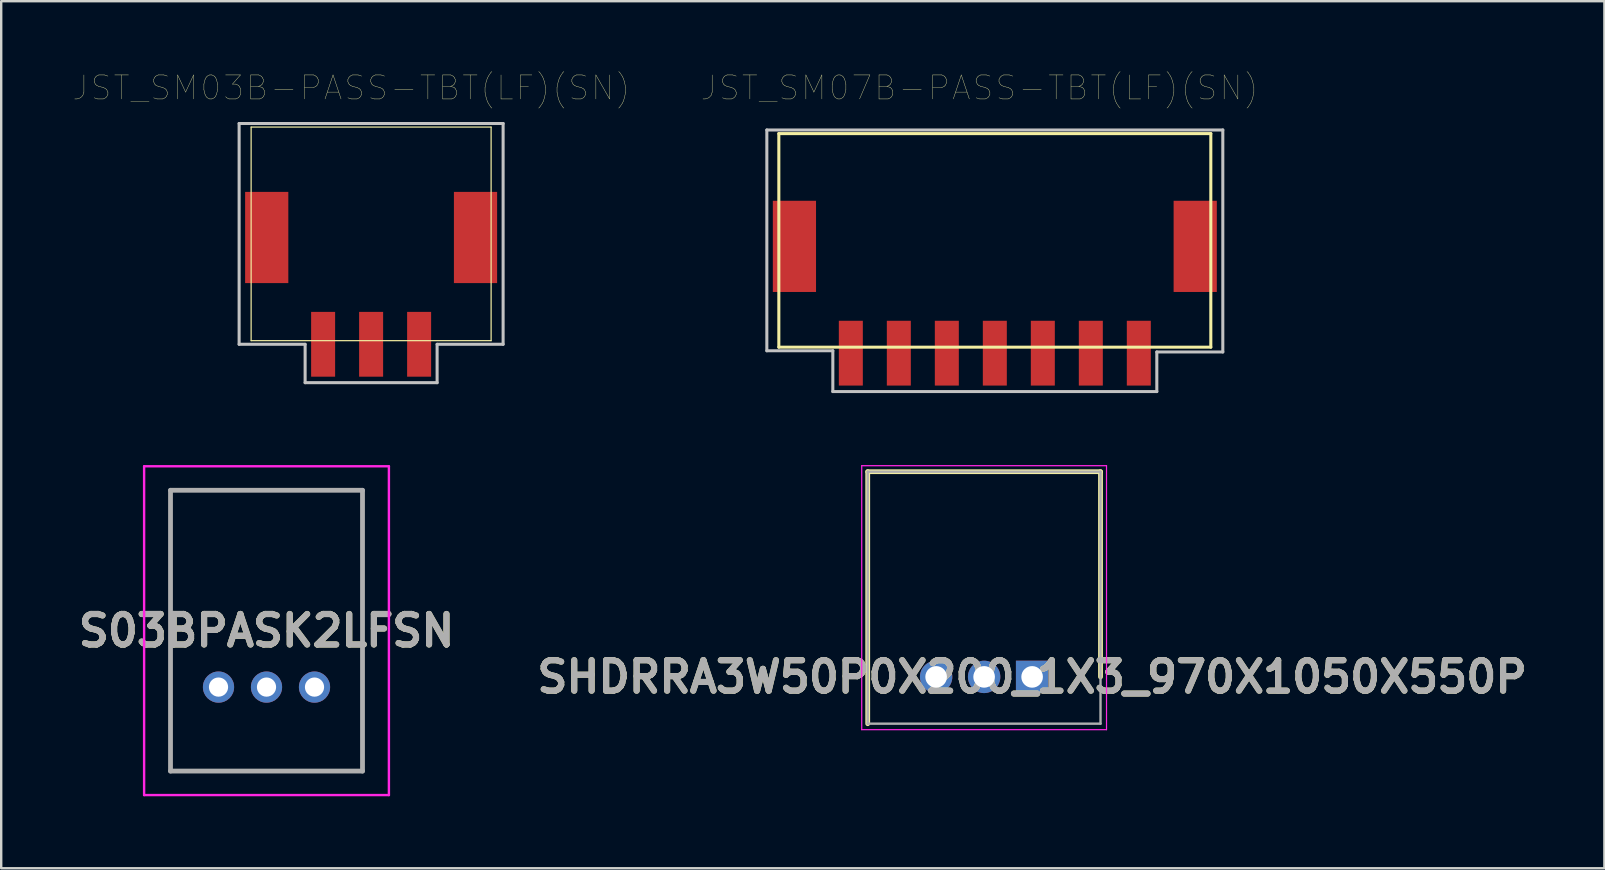
<source format=kicad_pcb>
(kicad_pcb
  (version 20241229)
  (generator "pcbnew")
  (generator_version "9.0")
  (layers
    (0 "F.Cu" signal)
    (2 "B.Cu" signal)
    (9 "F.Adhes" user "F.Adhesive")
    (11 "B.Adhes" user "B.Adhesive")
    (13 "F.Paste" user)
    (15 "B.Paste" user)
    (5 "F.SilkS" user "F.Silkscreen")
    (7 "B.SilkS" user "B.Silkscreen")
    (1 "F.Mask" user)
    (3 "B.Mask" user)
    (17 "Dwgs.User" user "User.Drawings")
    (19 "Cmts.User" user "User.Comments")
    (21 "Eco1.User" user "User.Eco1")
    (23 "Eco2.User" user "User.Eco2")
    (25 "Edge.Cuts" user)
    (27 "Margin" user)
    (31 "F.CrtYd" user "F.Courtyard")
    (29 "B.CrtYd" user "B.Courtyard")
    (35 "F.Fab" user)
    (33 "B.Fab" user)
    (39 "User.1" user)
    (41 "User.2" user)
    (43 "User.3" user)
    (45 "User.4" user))
  (footprint "JST_SM03B-PASS-TBT(LF)(SN)"
    (layer "F.Cu")
    (at 12.414 2.246)
    (property "Reference" "JST_SM03B-PASS-TBT(LF)(SN)" (at -0.825 -1.635 0) (layer "F.SilkS") (effects (font (size 1 1) (thickness 0.015))))
    (attr through_hole)
    (fp_line (start -5 0) (end -5 8.9) (stroke (width 0.05) (type solid)) (layer "F.SilkS"))
    (fp_line (start -5 0) (end 5 0) (stroke (width 0.05) (type solid)) (layer "F.SilkS"))
    (fp_line (start 5 0) (end 5 8.9) (stroke (width 0.05) (type solid)) (layer "F.SilkS"))
    (fp_line (start 5 8.9) (end -5 8.9) (stroke (width 0.05) (type solid)) (layer "F.SilkS"))
    (fp_line (start -5.5 -0.15) (end -5.5 9.05) (stroke (width 0.127) (type solid)) (layer "Dwgs.User"))
    (fp_line (start -5.5 9.05) (end -2.75 9.05) (stroke (width 0.127) (type solid)) (layer "Dwgs.User"))
    (fp_line (start -2.75 9.05) (end -2.75 10.65) (stroke (width 0.127) (type solid)) (layer "Dwgs.User"))
    (fp_line (start -2.75 10.65) (end 2.75 10.65) (stroke (width 0.127) (type solid)) (layer "Dwgs.User"))
    (fp_line (start 2.75 9.05) (end 5.5 9.05) (stroke (width 0.127) (type solid)) (layer "Dwgs.User"))
    (fp_line (start 2.75 10.65) (end 2.75 9.05) (stroke (width 0.127) (type solid)) (layer "Dwgs.User"))
    (fp_line (start 5.5 -0.15) (end -5.5 -0.15) (stroke (width 0.127) (type solid)) (layer "Dwgs.User"))
    (fp_line (start 5.5 9.05) (end 5.5 -0.15) (stroke (width 0.127) (type solid)) (layer "Dwgs.User"))
    (pad "1" smd rect (at 2 9.05) (size 1 2.7) (layers "F.Cu" "F.Mask" "F.Paste"))
    (pad "2" smd rect (at 0 9.05) (size 1 2.7) (layers "F.Cu" "F.Mask" "F.Paste"))
    (pad "3" smd rect (at -2 9.05) (size 1 2.7) (layers "F.Cu" "F.Mask" "F.Paste"))
    (pad "S1" smd rect (at 4.35 4.6) (size 1.8 3.8) (layers "F.Cu" "F.Mask" "F.Paste"))
    (pad "S2" smd rect (at -4.35 4.6) (size 1.8 3.8) (layers "F.Cu" "F.Mask" "F.Paste")))
  (footprint "SHDRRA3W50P0X200_1X3_970X1050X550P"
    (layer "F.Cu")
    (at 39.957 25.155)
    (property "Reference" "SHDRRA3W50P0X200_1X3_970X1050X550P" (at 0 0 0) (layer "F.SilkS") (effects (font (size 1.27 1.27) (thickness 0.254))))
    (attr through_hole)
    (fp_line (start -6.85 -8.55) (end -6.85 1.95) (stroke (width 0.2) (type solid)) (layer "F.SilkS"))
    (fp_line (start 2.85 -8.55) (end -6.85 -8.55) (stroke (width 0.2) (type solid)) (layer "F.SilkS"))
    (fp_line (start 2.85 0) (end 2.85 -8.55) (stroke (width 0.2) (type solid)) (layer "F.SilkS"))
    (fp_line (start -7.1 -8.8) (end 3.1 -8.8) (stroke (width 0.05) (type solid)) (layer "F.CrtYd"))
    (fp_line (start -7.1 2.2) (end -7.1 -8.8) (stroke (width 0.05) (type solid)) (layer "F.CrtYd"))
    (fp_line (start 3.1 -8.8) (end 3.1 2.2) (stroke (width 0.05) (type solid)) (layer "F.CrtYd"))
    (fp_line (start 3.1 2.2) (end -7.1 2.2) (stroke (width 0.05) (type solid)) (layer "F.CrtYd"))
    (fp_line (start -6.85 -8.55) (end 2.85 -8.55) (stroke (width 0.1) (type solid)) (layer "F.Fab"))
    (fp_line (start -6.85 1.95) (end -6.85 -8.55) (stroke (width 0.1) (type solid)) (layer "F.Fab"))
    (fp_line (start 2.85 -8.55) (end 2.85 1.95) (stroke (width 0.1) (type solid)) (layer "F.Fab"))
    (fp_line (start 2.85 1.95) (end -6.85 1.95) (stroke (width 0.1) (type solid)) (layer "F.Fab"))
    (fp_text user "${REFERENCE}" (at 0 0 0) (layer "F.Fab") (effects (font (size 1.27 1.27) (thickness 0.254))))
    (pad "1" thru_hole rect (at 0 0) (size 1.35 1.35) (drill 0.9) (layers "*.Cu" "*.Mask"))
    (pad "2" thru_hole circle (at -2 0) (size 1.35 1.35) (drill 0.9) (layers "*.Cu" "*.Mask"))
    (pad "3" thru_hole circle (at -4 0) (size 1.35 1.35) (drill 0.9) (layers "*.Cu" "*.Mask")))
  (footprint "JST_SM07B-PASS-TBT(LF)(SN)"
    (layer "F.Cu")
    (at 38.403 2.516)
    (property "Reference" "JST_SM07B-PASS-TBT(LF)(SN)" (at -0.635 -1.905 0) (layer "F.SilkS") (effects (font (size 1 1) (thickness 0.015))))
    (attr through_hole)
    (fp_line (start -9 0) (end -9 8.9) (stroke (width 0.127) (type solid)) (layer "F.SilkS"))
    (fp_line (start -9 8.9) (end 9 8.9) (stroke (width 0.127) (type solid)) (layer "F.SilkS"))
    (fp_line (start 9 0) (end -9 0) (stroke (width 0.127) (type solid)) (layer "F.SilkS"))
    (fp_line (start 9 8.9) (end 9 0) (stroke (width 0.127) (type solid)) (layer "F.SilkS"))
    (fp_line (start -9.5 -0.15) (end -9.5 9.05) (stroke (width 0.127) (type solid)) (layer "Dwgs.User"))
    (fp_line (start -9.5 9.05) (end -6.75 9.05) (stroke (width 0.127) (type solid)) (layer "Dwgs.User"))
    (fp_line (start -6.75 9.05) (end -6.75 10.75) (stroke (width 0.127) (type solid)) (layer "Dwgs.User"))
    (fp_line (start -6.75 10.75) (end 6.75 10.75) (stroke (width 0.127) (type solid)) (layer "Dwgs.User"))
    (fp_line (start 6.75 9.1) (end 9.5 9.1) (stroke (width 0.127) (type solid)) (layer "Dwgs.User"))
    (fp_line (start 6.75 10.75) (end 6.75 9.1) (stroke (width 0.127) (type solid)) (layer "Dwgs.User"))
    (fp_line (start 9.5 -0.15) (end -9.5 -0.15) (stroke (width 0.127) (type solid)) (layer "Dwgs.User"))
    (fp_line (start 9.5 9.1) (end 9.5 -0.15) (stroke (width 0.127) (type solid)) (layer "Dwgs.User"))
    (pad "1" smd rect (at 6 9.15) (size 1 2.7) (layers "F.Cu" "F.Mask" "F.Paste"))
    (pad "2" smd rect (at 4 9.15) (size 1 2.7) (layers "F.Cu" "F.Mask" "F.Paste"))
    (pad "3" smd rect (at 2 9.15) (size 1 2.7) (layers "F.Cu" "F.Mask" "F.Paste"))
    (pad "4" smd rect (at 0 9.15) (size 1 2.7) (layers "F.Cu" "F.Mask" "F.Paste"))
    (pad "5" smd rect (at -2 9.15) (size 1 2.7) (layers "F.Cu" "F.Mask" "F.Paste"))
    (pad "6" smd rect (at -4 9.15) (size 1 2.7) (layers "F.Cu" "F.Mask" "F.Paste"))
    (pad "7" smd rect (at -6 9.15) (size 1 2.7) (layers "F.Cu" "F.Mask" "F.Paste"))
    (pad "S1" smd rect (at 8.35 4.7) (size 1.8 3.8) (layers "F.Cu" "F.Mask" "F.Paste"))
    (pad "S2" smd rect (at -8.35 4.7) (size 1.8 3.8) (layers "F.Cu" "F.Mask" "F.Paste")))
  (footprint "S03BPASK2LFSN"
    (layer "F.Cu")
    (at 10.055 25.58)
    (property "Reference" "S03BPASK2LFSN" (at -2 -2.35 0) (layer "F.SilkS") (effects (font (size 1.27 1.27) (thickness 0.254))))
    (attr through_hole)
    (fp_line (start -6 -8.2) (end 2 -8.2) (stroke (width 0.1) (type solid)) (layer "F.SilkS"))
    (fp_line (start -6 -3.1) (end -6 -8.2) (stroke (width 0.1) (type solid)) (layer "F.SilkS"))
    (fp_line (start -6 -1.1) (end -6 3.5) (stroke (width 0.1) (type solid)) (layer "F.SilkS"))
    (fp_line (start -6 3.5) (end 2 3.5) (stroke (width 0.1) (type solid)) (layer "F.SilkS"))
    (fp_line (start 2 -8.2) (end 2 -3.1) (stroke (width 0.1) (type solid)) (layer "F.SilkS"))
    (fp_line (start 2 3.5) (end 2 -1.1) (stroke (width 0.1) (type solid)) (layer "F.SilkS"))
    (fp_line (start -7.1 -9.2) (end 3.1 -9.2) (stroke (width 0.1) (type solid)) (layer "F.CrtYd"))
    (fp_line (start -7.1 4.5) (end -7.1 -9.2) (stroke (width 0.1) (type solid)) (layer "F.CrtYd"))
    (fp_line (start 3.1 -9.2) (end 3.1 4.5) (stroke (width 0.1) (type solid)) (layer "F.CrtYd"))
    (fp_line (start 3.1 4.5) (end -7.1 4.5) (stroke (width 0.1) (type solid)) (layer "F.CrtYd"))
    (fp_line (start -6 -8.2) (end 2 -8.2) (stroke (width 0.2) (type solid)) (layer "F.Fab"))
    (fp_line (start -6 3.5) (end -6 -8.2) (stroke (width 0.2) (type solid)) (layer "F.Fab"))
    (fp_line (start 2 -8.2) (end 2 3.5) (stroke (width 0.2) (type solid)) (layer "F.Fab"))
    (fp_line (start 2 3.5) (end -6 3.5) (stroke (width 0.2) (type solid)) (layer "F.Fab"))
    (fp_text user "${REFERENCE}" (at -2 -2.35 0) (layer "F.Fab") (effects (font (size 1.27 1.27) (thickness 0.254))))
    (pad "" np_thru_hole circle (at -5.5 -2.1) (size 0.001 0.001) (drill 1.2) (layers "*.Cu" "*.Mask"))
    (pad "" np_thru_hole circle (at 1.5 -2.1) (size 0.001 0.001) (drill 1.2) (layers "*.Cu" "*.Mask"))
    (pad "1" thru_hole circle (at 0 0) (size 1.3 1.3) (drill 0.8) (layers "*.Cu" "*.Mask"))
    (pad "2" thru_hole circle (at -2 0) (size 1.3 1.3) (drill 0.8) (layers "*.Cu" "*.Mask"))
    (pad "3" thru_hole circle (at -4 0) (size 1.3 1.3) (drill 0.8) (layers "*.Cu" "*.Mask")))
  (gr_rect
    (start -3 -3)
    (end 63.803 33.13)
    (stroke (width 0.1) (type default))
    (fill no)
    (layer "Edge.Cuts")))
</source>
